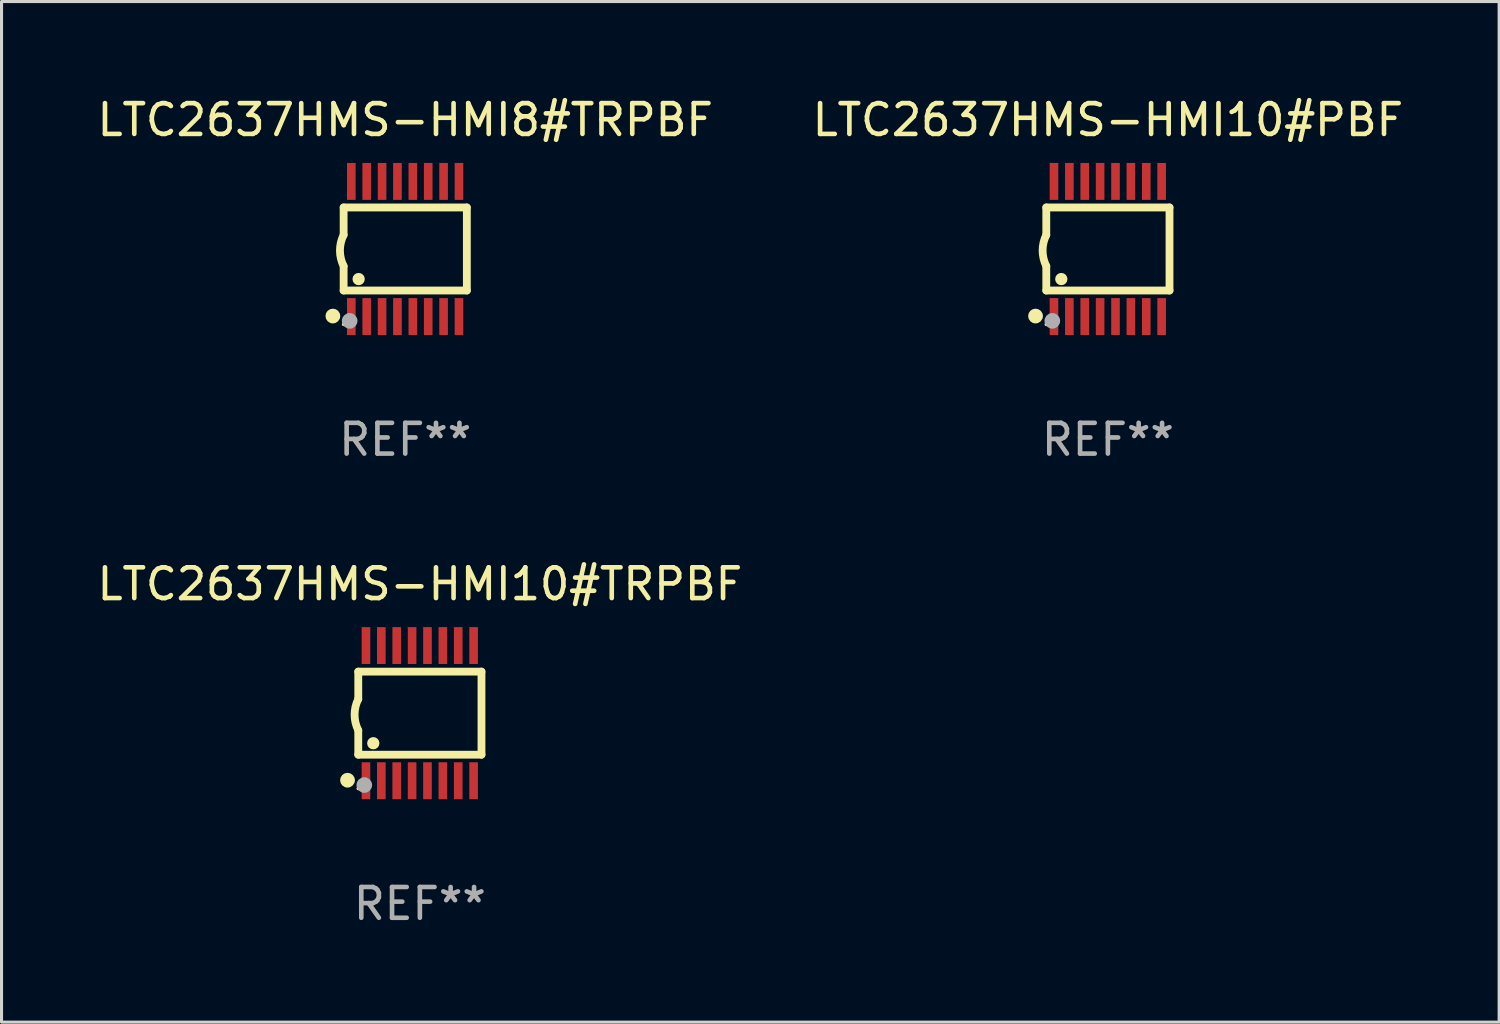
<source format=kicad_pcb>
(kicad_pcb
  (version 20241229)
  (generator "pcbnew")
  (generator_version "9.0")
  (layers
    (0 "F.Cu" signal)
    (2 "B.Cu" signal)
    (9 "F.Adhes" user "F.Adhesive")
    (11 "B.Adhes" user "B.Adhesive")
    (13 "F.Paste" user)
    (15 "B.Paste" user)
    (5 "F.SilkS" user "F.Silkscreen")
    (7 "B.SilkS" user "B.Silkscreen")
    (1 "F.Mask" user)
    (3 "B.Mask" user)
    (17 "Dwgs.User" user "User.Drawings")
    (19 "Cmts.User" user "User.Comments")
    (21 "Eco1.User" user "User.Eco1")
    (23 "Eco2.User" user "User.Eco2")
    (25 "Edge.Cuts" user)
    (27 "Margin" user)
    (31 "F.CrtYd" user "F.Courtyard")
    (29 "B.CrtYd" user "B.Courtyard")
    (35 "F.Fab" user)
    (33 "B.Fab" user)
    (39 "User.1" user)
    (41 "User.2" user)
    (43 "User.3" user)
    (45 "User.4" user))
  (footprint "LTC2637HMS-HMI10#TRPBF"
    (layer "F.Cu")
    (at 10.601 20.136)
    (property "Reference" "LTC2637HMS-HMI10#TRPBF" (at 0 -4.197 0) (layer "F.SilkS") (effects (font (size 1 1) (thickness 0.15))))
    (attr through_hole)
    (fp_line (start -2.003 -1.35) (end -2.003 -0.457) (stroke (width 0.254) (type solid)) (layer "F.SilkS"))
    (fp_line (start -2.003 -1.35) (end 2.003 -1.35) (stroke (width 0.254) (type solid)) (layer "F.SilkS"))
    (fp_line (start -2.003 1.35) (end -2.003 0.559) (stroke (width 0.254) (type solid)) (layer "F.SilkS"))
    (fp_line (start -2.003 1.35) (end 2.003 1.35) (stroke (width 0.254) (type solid)) (layer "F.SilkS"))
    (fp_line (start 2.003 -1.35) (end 2.003 1.35) (stroke (width 0.254) (type solid)) (layer "F.SilkS"))
    (fp_arc (start -2.002286 0.558802) (mid -2.122556 0.05092) (end -2.003302 -0.457201) (stroke (width 0.254001) (type solid)) (layer "F.SilkS"))
    (fp_circle (center -2.353 2.18) (end -2.233 2.18) (stroke (width 0.24) (type solid)) (fill no) (layer "F.SilkS"))
    (fp_circle (center -2.003 2.45) (end -1.973 2.45) (stroke (width 0.06) (type solid)) (fill no) (layer "F.SilkS"))
    (fp_circle (center -1.515 0.978) (end -1.415 0.978) (stroke (width 0.2) (type solid)) (fill no) (layer "F.SilkS"))
    (fp_circle (center -1.807 2.337) (end -1.68 2.337) (stroke (width 0.254) (type solid)) (fill no) (layer "F.Fab"))
    (fp_text user "REF**" (at 0 6.197 0) (layer "F.Fab") (effects (font (size 1 1) (thickness 0.15))))
    (pad "1" smd rect (at -1.753 2.197 90) (size 1.2 0.28) (layers "F.Cu" "F.Mask" "F.Paste"))
    (pad "2" smd rect (at -1.253 2.197 90) (size 1.2 0.28) (layers "F.Cu" "F.Mask" "F.Paste"))
    (pad "3" smd rect (at -0.753 2.197 90) (size 1.2 0.28) (layers "F.Cu" "F.Mask" "F.Paste"))
    (pad "4" smd rect (at -0.253 2.197 90) (size 1.2 0.28) (layers "F.Cu" "F.Mask" "F.Paste"))
    (pad "5" smd rect (at 0.247 2.197 90) (size 1.2 0.28) (layers "F.Cu" "F.Mask" "F.Paste"))
    (pad "6" smd rect (at 0.747 2.197 90) (size 1.2 0.28) (layers "F.Cu" "F.Mask" "F.Paste"))
    (pad "7" smd rect (at 1.247 2.197 90) (size 1.2 0.28) (layers "F.Cu" "F.Mask" "F.Paste"))
    (pad "8" smd rect (at 1.747 2.197 90) (size 1.2 0.28) (layers "F.Cu" "F.Mask" "F.Paste"))
    (pad "9" smd rect (at 1.747 -2.197 90) (size 1.2 0.28) (layers "F.Cu" "F.Mask" "F.Paste"))
    (pad "10" smd rect (at 1.247 -2.197 90) (size 1.2 0.28) (layers "F.Cu" "F.Mask" "F.Paste"))
    (pad "11" smd rect (at 0.747 -2.197 90) (size 1.2 0.28) (layers "F.Cu" "F.Mask" "F.Paste"))
    (pad "12" smd rect (at 0.247 -2.197 90) (size 1.2 0.28) (layers "F.Cu" "F.Mask" "F.Paste"))
    (pad "13" smd rect (at -0.253 -2.197 90) (size 1.2 0.28) (layers "F.Cu" "F.Mask" "F.Paste"))
    (pad "14" smd rect (at -0.753 -2.197 90) (size 1.2 0.28) (layers "F.Cu" "F.Mask" "F.Paste"))
    (pad "15" smd rect (at -1.253 -2.197 90) (size 1.2 0.28) (layers "F.Cu" "F.Mask" "F.Paste"))
    (pad "16" smd rect (at -1.753 -2.197 90) (size 1.2 0.28) (layers "F.Cu" "F.Mask" "F.Paste")))
  (footprint "LTC2637HMS-HMI10#PBF"
    (layer "F.Cu")
    (at 32.97 5.045)
    (property "Reference" "LTC2637HMS-HMI10#PBF" (at 0 -4.197 0) (layer "F.SilkS") (effects (font (size 1 1) (thickness 0.15))))
    (attr through_hole)
    (fp_line (start -2.003 -1.35) (end -2.003 -0.457) (stroke (width 0.254) (type solid)) (layer "F.SilkS"))
    (fp_line (start -2.003 -1.35) (end 2.003 -1.35) (stroke (width 0.254) (type solid)) (layer "F.SilkS"))
    (fp_line (start -2.003 1.35) (end -2.003 0.559) (stroke (width 0.254) (type solid)) (layer "F.SilkS"))
    (fp_line (start -2.003 1.35) (end 2.003 1.35) (stroke (width 0.254) (type solid)) (layer "F.SilkS"))
    (fp_line (start 2.003 -1.35) (end 2.003 1.35) (stroke (width 0.254) (type solid)) (layer "F.SilkS"))
    (fp_arc (start -2.002286 0.558802) (mid -2.122556 0.05092) (end -2.003302 -0.457201) (stroke (width 0.254001) (type solid)) (layer "F.SilkS"))
    (fp_circle (center -2.353 2.18) (end -2.233 2.18) (stroke (width 0.24) (type solid)) (fill no) (layer "F.SilkS"))
    (fp_circle (center -2.003 2.45) (end -1.973 2.45) (stroke (width 0.06) (type solid)) (fill no) (layer "F.SilkS"))
    (fp_circle (center -1.515 0.978) (end -1.415 0.978) (stroke (width 0.2) (type solid)) (fill no) (layer "F.SilkS"))
    (fp_circle (center -1.807 2.337) (end -1.68 2.337) (stroke (width 0.254) (type solid)) (fill no) (layer "F.Fab"))
    (fp_text user "REF**" (at 0 6.197 0) (layer "F.Fab") (effects (font (size 1 1) (thickness 0.15))))
    (pad "1" smd rect (at -1.753 2.197 90) (size 1.2 0.28) (layers "F.Cu" "F.Mask" "F.Paste"))
    (pad "2" smd rect (at -1.253 2.197 90) (size 1.2 0.28) (layers "F.Cu" "F.Mask" "F.Paste"))
    (pad "3" smd rect (at -0.753 2.197 90) (size 1.2 0.28) (layers "F.Cu" "F.Mask" "F.Paste"))
    (pad "4" smd rect (at -0.253 2.197 90) (size 1.2 0.28) (layers "F.Cu" "F.Mask" "F.Paste"))
    (pad "5" smd rect (at 0.247 2.197 90) (size 1.2 0.28) (layers "F.Cu" "F.Mask" "F.Paste"))
    (pad "6" smd rect (at 0.747 2.197 90) (size 1.2 0.28) (layers "F.Cu" "F.Mask" "F.Paste"))
    (pad "7" smd rect (at 1.247 2.197 90) (size 1.2 0.28) (layers "F.Cu" "F.Mask" "F.Paste"))
    (pad "8" smd rect (at 1.747 2.197 90) (size 1.2 0.28) (layers "F.Cu" "F.Mask" "F.Paste"))
    (pad "9" smd rect (at 1.747 -2.197 90) (size 1.2 0.28) (layers "F.Cu" "F.Mask" "F.Paste"))
    (pad "10" smd rect (at 1.247 -2.197 90) (size 1.2 0.28) (layers "F.Cu" "F.Mask" "F.Paste"))
    (pad "11" smd rect (at 0.747 -2.197 90) (size 1.2 0.28) (layers "F.Cu" "F.Mask" "F.Paste"))
    (pad "12" smd rect (at 0.247 -2.197 90) (size 1.2 0.28) (layers "F.Cu" "F.Mask" "F.Paste"))
    (pad "13" smd rect (at -0.253 -2.197 90) (size 1.2 0.28) (layers "F.Cu" "F.Mask" "F.Paste"))
    (pad "14" smd rect (at -0.753 -2.197 90) (size 1.2 0.28) (layers "F.Cu" "F.Mask" "F.Paste"))
    (pad "15" smd rect (at -1.253 -2.197 90) (size 1.2 0.28) (layers "F.Cu" "F.Mask" "F.Paste"))
    (pad "16" smd rect (at -1.753 -2.197 90) (size 1.2 0.28) (layers "F.Cu" "F.Mask" "F.Paste")))
  (footprint "LTC2637HMS-HMI8#TRPBF"
    (layer "F.Cu")
    (at 10.125 5.045)
    (property "Reference" "LTC2637HMS-HMI8#TRPBF" (at 0 -4.197 0) (layer "F.SilkS") (effects (font (size 1 1) (thickness 0.15))))
    (attr through_hole)
    (fp_line (start -2.003 -1.35) (end -2.003 -0.457) (stroke (width 0.254) (type solid)) (layer "F.SilkS"))
    (fp_line (start -2.003 -1.35) (end 2.003 -1.35) (stroke (width 0.254) (type solid)) (layer "F.SilkS"))
    (fp_line (start -2.003 1.35) (end -2.003 0.559) (stroke (width 0.254) (type solid)) (layer "F.SilkS"))
    (fp_line (start -2.003 1.35) (end 2.003 1.35) (stroke (width 0.254) (type solid)) (layer "F.SilkS"))
    (fp_line (start 2.003 -1.35) (end 2.003 1.35) (stroke (width 0.254) (type solid)) (layer "F.SilkS"))
    (fp_arc (start -2.002286 0.558802) (mid -2.122556 0.05092) (end -2.003302 -0.457201) (stroke (width 0.254001) (type solid)) (layer "F.SilkS"))
    (fp_circle (center -2.353 2.18) (end -2.233 2.18) (stroke (width 0.24) (type solid)) (fill no) (layer "F.SilkS"))
    (fp_circle (center -2.003 2.45) (end -1.973 2.45) (stroke (width 0.06) (type solid)) (fill no) (layer "F.SilkS"))
    (fp_circle (center -1.515 0.978) (end -1.415 0.978) (stroke (width 0.2) (type solid)) (fill no) (layer "F.SilkS"))
    (fp_circle (center -1.807 2.337) (end -1.68 2.337) (stroke (width 0.254) (type solid)) (fill no) (layer "F.Fab"))
    (fp_text user "REF**" (at 0 6.197 0) (layer "F.Fab") (effects (font (size 1 1) (thickness 0.15))))
    (pad "1" smd rect (at -1.753 2.197 90) (size 1.2 0.28) (layers "F.Cu" "F.Mask" "F.Paste"))
    (pad "2" smd rect (at -1.253 2.197 90) (size 1.2 0.28) (layers "F.Cu" "F.Mask" "F.Paste"))
    (pad "3" smd rect (at -0.753 2.197 90) (size 1.2 0.28) (layers "F.Cu" "F.Mask" "F.Paste"))
    (pad "4" smd rect (at -0.253 2.197 90) (size 1.2 0.28) (layers "F.Cu" "F.Mask" "F.Paste"))
    (pad "5" smd rect (at 0.247 2.197 90) (size 1.2 0.28) (layers "F.Cu" "F.Mask" "F.Paste"))
    (pad "6" smd rect (at 0.747 2.197 90) (size 1.2 0.28) (layers "F.Cu" "F.Mask" "F.Paste"))
    (pad "7" smd rect (at 1.247 2.197 90) (size 1.2 0.28) (layers "F.Cu" "F.Mask" "F.Paste"))
    (pad "8" smd rect (at 1.747 2.197 90) (size 1.2 0.28) (layers "F.Cu" "F.Mask" "F.Paste"))
    (pad "9" smd rect (at 1.747 -2.197 90) (size 1.2 0.28) (layers "F.Cu" "F.Mask" "F.Paste"))
    (pad "10" smd rect (at 1.247 -2.197 90) (size 1.2 0.28) (layers "F.Cu" "F.Mask" "F.Paste"))
    (pad "11" smd rect (at 0.747 -2.197 90) (size 1.2 0.28) (layers "F.Cu" "F.Mask" "F.Paste"))
    (pad "12" smd rect (at 0.247 -2.197 90) (size 1.2 0.28) (layers "F.Cu" "F.Mask" "F.Paste"))
    (pad "13" smd rect (at -0.253 -2.197 90) (size 1.2 0.28) (layers "F.Cu" "F.Mask" "F.Paste"))
    (pad "14" smd rect (at -0.753 -2.197 90) (size 1.2 0.28) (layers "F.Cu" "F.Mask" "F.Paste"))
    (pad "15" smd rect (at -1.253 -2.197 90) (size 1.2 0.28) (layers "F.Cu" "F.Mask" "F.Paste"))
    (pad "16" smd rect (at -1.753 -2.197 90) (size 1.2 0.28) (layers "F.Cu" "F.Mask" "F.Paste")))
  (gr_rect
    (start -3 -3)
    (end 45.69 30.181)
    (stroke (width 0.1) (type default))
    (fill no)
    (layer "Edge.Cuts")))
</source>
